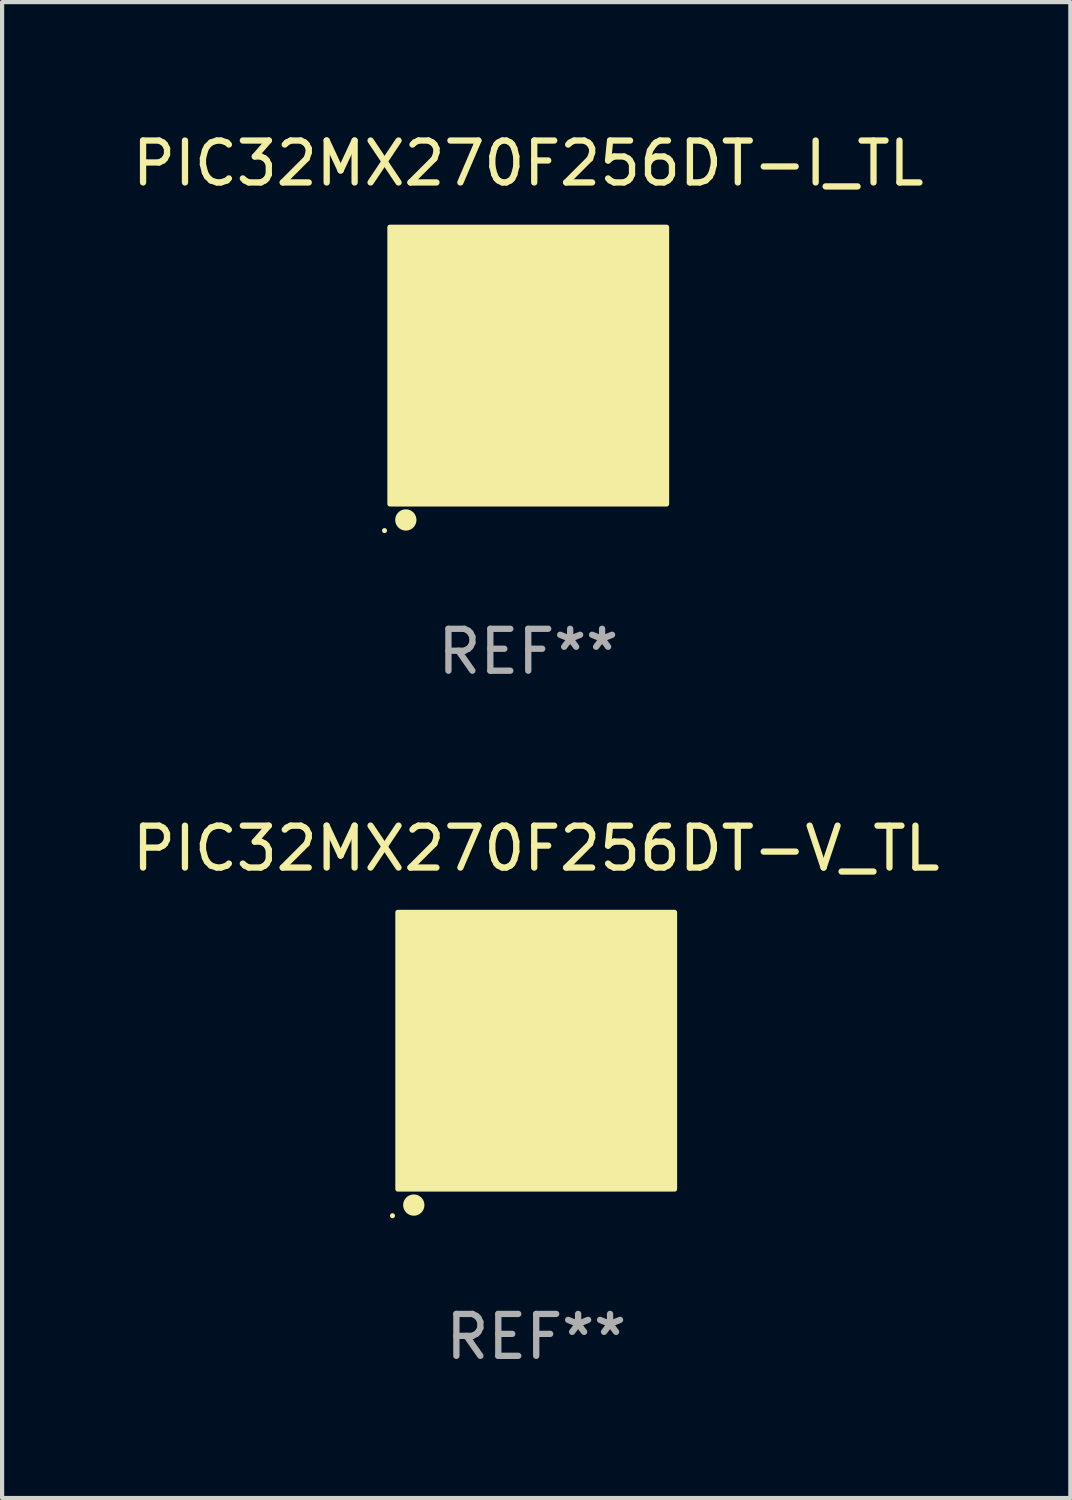
<source format=kicad_pcb>
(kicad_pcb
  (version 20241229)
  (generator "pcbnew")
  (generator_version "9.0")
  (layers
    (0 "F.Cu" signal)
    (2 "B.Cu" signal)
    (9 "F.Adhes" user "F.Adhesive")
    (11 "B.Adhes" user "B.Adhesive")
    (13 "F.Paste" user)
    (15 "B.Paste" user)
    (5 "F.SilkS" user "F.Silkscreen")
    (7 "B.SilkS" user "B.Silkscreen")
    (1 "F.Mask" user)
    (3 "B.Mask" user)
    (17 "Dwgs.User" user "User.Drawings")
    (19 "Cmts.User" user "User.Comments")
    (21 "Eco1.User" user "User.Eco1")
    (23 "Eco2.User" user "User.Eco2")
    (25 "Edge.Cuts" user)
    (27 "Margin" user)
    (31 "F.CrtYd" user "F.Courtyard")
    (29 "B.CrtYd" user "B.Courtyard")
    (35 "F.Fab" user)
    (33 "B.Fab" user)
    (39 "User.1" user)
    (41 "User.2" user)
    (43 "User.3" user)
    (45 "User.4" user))
  (footprint "PIC32MX270F256DT-V_TL"
    (layer "F.Cu")
    (at 9.744 22.02)
    (property "Reference" "PIC32MX270F256DT-V_TL" (at 0 -4.825 0) (layer "F.SilkS") (effects (font (size 1 1) (thickness 0.15))))
    (attr through_hole)
    (fp_circle (center -3.429 3.937) (end -3.399 3.937) (stroke (width 0.06) (type solid)) (fill no) (layer "F.SilkS"))
    (fp_circle (center -2.921 3.683) (end -2.794 3.683) (stroke (width 0.254) (type solid)) (fill no) (layer "F.SilkS"))
    (fp_poly (pts (xy -3.302 -3.302) (xy 3.302 -3.302) (xy 3.302 3.302) (xy -3.302 3.302)) (stroke (width 0.12) (type solid)) (fill yes) (layer "F.SilkS"))
    (fp_text user "REF**" (at 0 6.825 0) (layer "F.Fab") (effects (font (size 1 1) (thickness 0.15))))
    (pad "1" smd rect (at -2.25 2.825) (size 0.3 0.45) (layers "F.Cu" "F.Mask" "F.Paste"))
    (pad "2" smd rect (at -1.75 2.825) (size 0.3 0.45) (layers "F.Cu" "F.Mask" "F.Paste"))
    (pad "3" smd rect (at -1.25 2.825) (size 0.3 0.45) (layers "F.Cu" "F.Mask" "F.Paste"))
    (pad "4" smd rect (at -0.75 2.825) (size 0.3 0.45) (layers "F.Cu" "F.Mask" "F.Paste"))
    (pad "5" smd rect (at -0.25 2.825) (size 0.3 0.45) (layers "F.Cu" "F.Mask" "F.Paste"))
    (pad "6" smd rect (at 0.25 2.825) (size 0.3 0.45) (layers "F.Cu" "F.Mask" "F.Paste"))
    (pad "7" smd rect (at 0.75 2.825) (size 0.3 0.45) (layers "F.Cu" "F.Mask" "F.Paste"))
    (pad "8" smd rect (at 1.25 2.825) (size 0.3 0.45) (layers "F.Cu" "F.Mask" "F.Paste"))
    (pad "9" smd rect (at 1.75 2.825) (size 0.3 0.45) (layers "F.Cu" "F.Mask" "F.Paste"))
    (pad "10" smd rect (at 2.25 2.825) (size 0.3 0.45) (layers "F.Cu" "F.Mask" "F.Paste"))
    (pad "11" smd rect (at 2.825 2.825 90) (size 0.45 0.45) (layers "F.Cu" "F.Mask" "F.Paste"))
    (pad "12" smd rect (at 2.825 2.25 90) (size 0.3 0.45) (layers "F.Cu" "F.Mask" "F.Paste"))
    (pad "13" smd rect (at 2.825 1.75 90) (size 0.3 0.45) (layers "F.Cu" "F.Mask" "F.Paste"))
    (pad "14" smd rect (at 2.825 1.25 90) (size 0.3 0.45) (layers "F.Cu" "F.Mask" "F.Paste"))
    (pad "15" smd rect (at 2.825 0.75 90) (size 0.3 0.45) (layers "F.Cu" "F.Mask" "F.Paste"))
    (pad "16" smd rect (at 2.825 0.25 90) (size 0.3 0.45) (layers "F.Cu" "F.Mask" "F.Paste"))
    (pad "17" smd rect (at 2.825 -0.25 90) (size 0.3 0.45) (layers "F.Cu" "F.Mask" "F.Paste"))
    (pad "18" smd rect (at 2.825 -0.75 90) (size 0.3 0.45) (layers "F.Cu" "F.Mask" "F.Paste"))
    (pad "19" smd rect (at 2.825 -1.25 90) (size 0.3 0.45) (layers "F.Cu" "F.Mask" "F.Paste"))
    (pad "20" smd rect (at 2.825 -1.75 90) (size 0.3 0.45) (layers "F.Cu" "F.Mask" "F.Paste"))
    (pad "21" smd rect (at 2.825 -2.25 90) (size 0.3 0.45) (layers "F.Cu" "F.Mask" "F.Paste"))
    (pad "22" smd rect (at 2.825 -2.825 90) (size 0.45 0.45) (layers "F.Cu" "F.Mask" "F.Paste"))
    (pad "23" smd rect (at 2.25 -2.825) (size 0.3 0.45) (layers "F.Cu" "F.Mask" "F.Paste"))
    (pad "24" smd rect (at 1.75 -2.825) (size 0.3 0.45) (layers "F.Cu" "F.Mask" "F.Paste"))
    (pad "25" smd rect (at 1.25 -2.825) (size 0.3 0.45) (layers "F.Cu" "F.Mask" "F.Paste"))
    (pad "26" smd rect (at 0.75 -2.825) (size 0.3 0.45) (layers "F.Cu" "F.Mask" "F.Paste"))
    (pad "27" smd rect (at 0.25 -2.825) (size 0.3 0.45) (layers "F.Cu" "F.Mask" "F.Paste"))
    (pad "28" smd rect (at -0.25 -2.825) (size 0.3 0.45) (layers "F.Cu" "F.Mask" "F.Paste"))
    (pad "29" smd rect (at -0.75 -2.825) (size 0.3 0.45) (layers "F.Cu" "F.Mask" "F.Paste"))
    (pad "30" smd rect (at -1.25 -2.825) (size 0.3 0.45) (layers "F.Cu" "F.Mask" "F.Paste"))
    (pad "31" smd rect (at -1.75 -2.825) (size 0.3 0.45) (layers "F.Cu" "F.Mask" "F.Paste"))
    (pad "32" smd rect (at -2.25 -2.825) (size 0.3 0.45) (layers "F.Cu" "F.Mask" "F.Paste"))
    (pad "33" smd rect (at -2.825 -2.825 90) (size 0.45 0.45) (layers "F.Cu" "F.Mask" "F.Paste"))
    (pad "34" smd rect (at -2.825 -2.25 90) (size 0.3 0.45) (layers "F.Cu" "F.Mask" "F.Paste"))
    (pad "35" smd rect (at -2.825 -1.75 90) (size 0.3 0.45) (layers "F.Cu" "F.Mask" "F.Paste"))
    (pad "36" smd rect (at -2.825 -1.25 90) (size 0.3 0.45) (layers "F.Cu" "F.Mask" "F.Paste"))
    (pad "37" smd rect (at -2.825 -0.75 90) (size 0.3 0.45) (layers "F.Cu" "F.Mask" "F.Paste"))
    (pad "38" smd rect (at -2.825 -0.25 90) (size 0.3 0.45) (layers "F.Cu" "F.Mask" "F.Paste"))
    (pad "39" smd rect (at -2.825 0.25 90) (size 0.3 0.45) (layers "F.Cu" "F.Mask" "F.Paste"))
    (pad "40" smd rect (at -2.825 0.75 90) (size 0.3 0.45) (layers "F.Cu" "F.Mask" "F.Paste"))
    (pad "41" smd rect (at -2.825 1.25 90) (size 0.3 0.45) (layers "F.Cu" "F.Mask" "F.Paste"))
    (pad "42" smd rect (at -2.825 1.75 90) (size 0.3 0.45) (layers "F.Cu" "F.Mask" "F.Paste"))
    (pad "43" smd rect (at -2.825 2.25 90) (size 0.3 0.45) (layers "F.Cu" "F.Mask" "F.Paste"))
    (pad "44" smd rect (at -2.825 2.825 90) (size 0.45 0.45) (layers "F.Cu" "F.Mask" "F.Paste"))
    (pad "45" smd rect (at 0 0 90) (size 4.6 4.6) (layers "F.Cu" "F.Mask" "F.Paste")))
  (footprint "PIC32MX270F256DT-I_TL"
    (layer "F.Cu")
    (at 9.554 5.673)
    (property "Reference" "PIC32MX270F256DT-I_TL" (at 0 -4.825 0) (layer "F.SilkS") (effects (font (size 1 1) (thickness 0.15))))
    (attr through_hole)
    (fp_circle (center -3.429 3.937) (end -3.399 3.937) (stroke (width 0.06) (type solid)) (fill no) (layer "F.SilkS"))
    (fp_circle (center -2.921 3.683) (end -2.794 3.683) (stroke (width 0.254) (type solid)) (fill no) (layer "F.SilkS"))
    (fp_poly (pts (xy -3.302 -3.302) (xy 3.302 -3.302) (xy 3.302 3.302) (xy -3.302 3.302)) (stroke (width 0.12) (type solid)) (fill yes) (layer "F.SilkS"))
    (fp_text user "REF**" (at 0 6.825 0) (layer "F.Fab") (effects (font (size 1 1) (thickness 0.15))))
    (pad "1" smd rect (at -2.25 2.825) (size 0.3 0.45) (layers "F.Cu" "F.Mask" "F.Paste"))
    (pad "2" smd rect (at -1.75 2.825) (size 0.3 0.45) (layers "F.Cu" "F.Mask" "F.Paste"))
    (pad "3" smd rect (at -1.25 2.825) (size 0.3 0.45) (layers "F.Cu" "F.Mask" "F.Paste"))
    (pad "4" smd rect (at -0.75 2.825) (size 0.3 0.45) (layers "F.Cu" "F.Mask" "F.Paste"))
    (pad "5" smd rect (at -0.25 2.825) (size 0.3 0.45) (layers "F.Cu" "F.Mask" "F.Paste"))
    (pad "6" smd rect (at 0.25 2.825) (size 0.3 0.45) (layers "F.Cu" "F.Mask" "F.Paste"))
    (pad "7" smd rect (at 0.75 2.825) (size 0.3 0.45) (layers "F.Cu" "F.Mask" "F.Paste"))
    (pad "8" smd rect (at 1.25 2.825) (size 0.3 0.45) (layers "F.Cu" "F.Mask" "F.Paste"))
    (pad "9" smd rect (at 1.75 2.825) (size 0.3 0.45) (layers "F.Cu" "F.Mask" "F.Paste"))
    (pad "10" smd rect (at 2.25 2.825) (size 0.3 0.45) (layers "F.Cu" "F.Mask" "F.Paste"))
    (pad "11" smd rect (at 2.825 2.825 90) (size 0.45 0.45) (layers "F.Cu" "F.Mask" "F.Paste"))
    (pad "12" smd rect (at 2.825 2.25 90) (size 0.3 0.45) (layers "F.Cu" "F.Mask" "F.Paste"))
    (pad "13" smd rect (at 2.825 1.75 90) (size 0.3 0.45) (layers "F.Cu" "F.Mask" "F.Paste"))
    (pad "14" smd rect (at 2.825 1.25 90) (size 0.3 0.45) (layers "F.Cu" "F.Mask" "F.Paste"))
    (pad "15" smd rect (at 2.825 0.75 90) (size 0.3 0.45) (layers "F.Cu" "F.Mask" "F.Paste"))
    (pad "16" smd rect (at 2.825 0.25 90) (size 0.3 0.45) (layers "F.Cu" "F.Mask" "F.Paste"))
    (pad "17" smd rect (at 2.825 -0.25 90) (size 0.3 0.45) (layers "F.Cu" "F.Mask" "F.Paste"))
    (pad "18" smd rect (at 2.825 -0.75 90) (size 0.3 0.45) (layers "F.Cu" "F.Mask" "F.Paste"))
    (pad "19" smd rect (at 2.825 -1.25 90) (size 0.3 0.45) (layers "F.Cu" "F.Mask" "F.Paste"))
    (pad "20" smd rect (at 2.825 -1.75 90) (size 0.3 0.45) (layers "F.Cu" "F.Mask" "F.Paste"))
    (pad "21" smd rect (at 2.825 -2.25 90) (size 0.3 0.45) (layers "F.Cu" "F.Mask" "F.Paste"))
    (pad "22" smd rect (at 2.825 -2.825 90) (size 0.45 0.45) (layers "F.Cu" "F.Mask" "F.Paste"))
    (pad "23" smd rect (at 2.25 -2.825) (size 0.3 0.45) (layers "F.Cu" "F.Mask" "F.Paste"))
    (pad "24" smd rect (at 1.75 -2.825) (size 0.3 0.45) (layers "F.Cu" "F.Mask" "F.Paste"))
    (pad "25" smd rect (at 1.25 -2.825) (size 0.3 0.45) (layers "F.Cu" "F.Mask" "F.Paste"))
    (pad "26" smd rect (at 0.75 -2.825) (size 0.3 0.45) (layers "F.Cu" "F.Mask" "F.Paste"))
    (pad "27" smd rect (at 0.25 -2.825) (size 0.3 0.45) (layers "F.Cu" "F.Mask" "F.Paste"))
    (pad "28" smd rect (at -0.25 -2.825) (size 0.3 0.45) (layers "F.Cu" "F.Mask" "F.Paste"))
    (pad "29" smd rect (at -0.75 -2.825) (size 0.3 0.45) (layers "F.Cu" "F.Mask" "F.Paste"))
    (pad "30" smd rect (at -1.25 -2.825) (size 0.3 0.45) (layers "F.Cu" "F.Mask" "F.Paste"))
    (pad "31" smd rect (at -1.75 -2.825) (size 0.3 0.45) (layers "F.Cu" "F.Mask" "F.Paste"))
    (pad "32" smd rect (at -2.25 -2.825) (size 0.3 0.45) (layers "F.Cu" "F.Mask" "F.Paste"))
    (pad "33" smd rect (at -2.825 -2.825 90) (size 0.45 0.45) (layers "F.Cu" "F.Mask" "F.Paste"))
    (pad "34" smd rect (at -2.825 -2.25 90) (size 0.3 0.45) (layers "F.Cu" "F.Mask" "F.Paste"))
    (pad "35" smd rect (at -2.825 -1.75 90) (size 0.3 0.45) (layers "F.Cu" "F.Mask" "F.Paste"))
    (pad "36" smd rect (at -2.825 -1.25 90) (size 0.3 0.45) (layers "F.Cu" "F.Mask" "F.Paste"))
    (pad "37" smd rect (at -2.825 -0.75 90) (size 0.3 0.45) (layers "F.Cu" "F.Mask" "F.Paste"))
    (pad "38" smd rect (at -2.825 -0.25 90) (size 0.3 0.45) (layers "F.Cu" "F.Mask" "F.Paste"))
    (pad "39" smd rect (at -2.825 0.25 90) (size 0.3 0.45) (layers "F.Cu" "F.Mask" "F.Paste"))
    (pad "40" smd rect (at -2.825 0.75 90) (size 0.3 0.45) (layers "F.Cu" "F.Mask" "F.Paste"))
    (pad "41" smd rect (at -2.825 1.25 90) (size 0.3 0.45) (layers "F.Cu" "F.Mask" "F.Paste"))
    (pad "42" smd rect (at -2.825 1.75 90) (size 0.3 0.45) (layers "F.Cu" "F.Mask" "F.Paste"))
    (pad "43" smd rect (at -2.825 2.25 90) (size 0.3 0.45) (layers "F.Cu" "F.Mask" "F.Paste"))
    (pad "44" smd rect (at -2.825 2.825 90) (size 0.45 0.45) (layers "F.Cu" "F.Mask" "F.Paste"))
    (pad "45" smd rect (at 0 0 90) (size 4.6 4.6) (layers "F.Cu" "F.Mask" "F.Paste")))
  (gr_rect
    (start -3 -3)
    (end 22.488 32.693)
    (stroke (width 0.1) (type default))
    (fill no)
    (layer "Edge.Cuts")))
</source>
